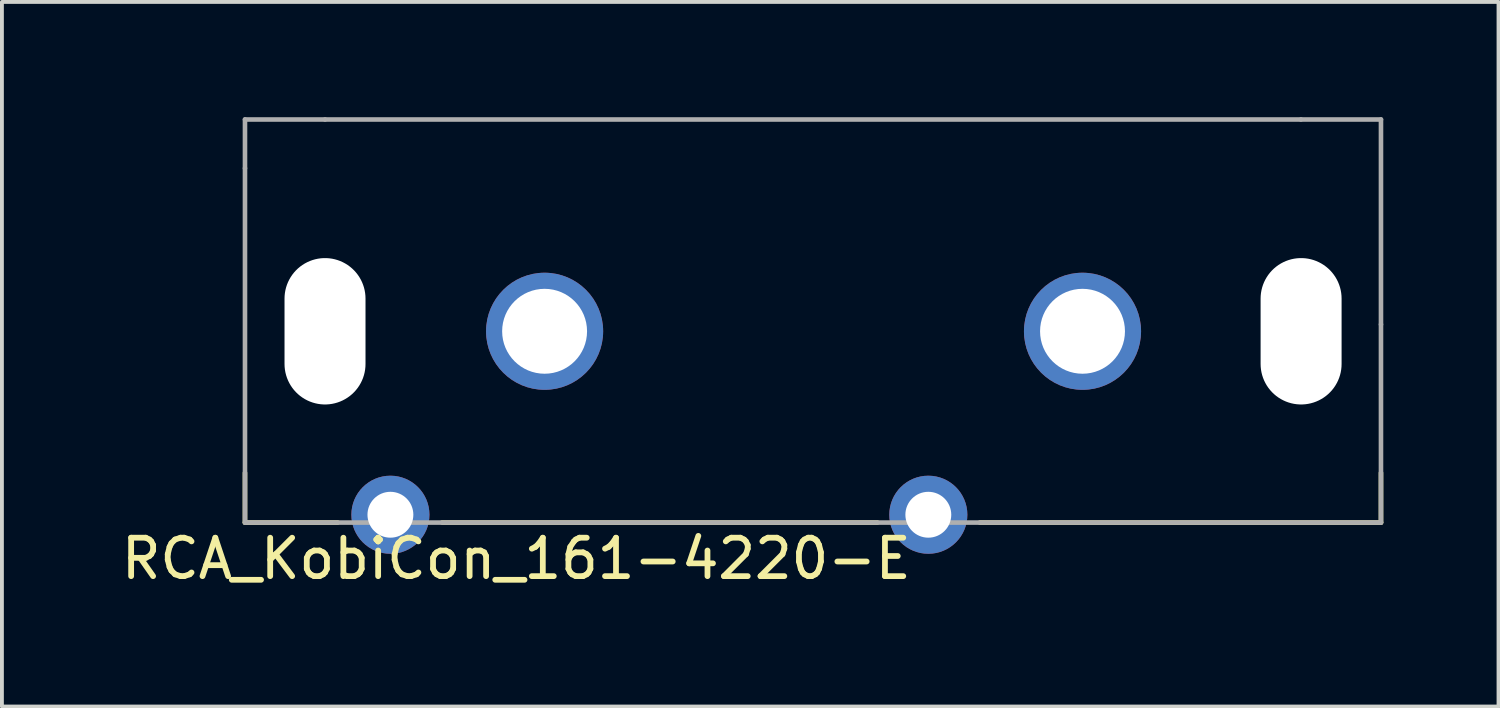
<source format=kicad_pcb>
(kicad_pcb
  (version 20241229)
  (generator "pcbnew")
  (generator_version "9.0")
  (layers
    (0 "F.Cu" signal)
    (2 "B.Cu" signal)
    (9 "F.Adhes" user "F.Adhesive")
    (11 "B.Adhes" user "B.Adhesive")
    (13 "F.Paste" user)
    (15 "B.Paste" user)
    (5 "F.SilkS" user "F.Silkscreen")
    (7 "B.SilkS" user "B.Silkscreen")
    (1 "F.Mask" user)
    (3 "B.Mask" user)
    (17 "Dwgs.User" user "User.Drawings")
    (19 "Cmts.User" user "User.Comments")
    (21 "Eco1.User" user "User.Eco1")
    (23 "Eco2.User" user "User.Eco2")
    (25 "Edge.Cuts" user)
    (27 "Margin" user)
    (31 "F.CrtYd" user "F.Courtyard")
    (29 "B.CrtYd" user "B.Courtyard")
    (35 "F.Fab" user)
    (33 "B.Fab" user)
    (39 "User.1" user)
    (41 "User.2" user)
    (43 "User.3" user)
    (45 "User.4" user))
  (footprint "RCA_KobiCon_161-4220-E"
    (layer "F.Cu")
    (at 17.042 3.413)
    (property "Reference" "RCA_KobiCon_161-4220-E" (at -6.655 8.077 0) (layer "F.SilkS") (effects (font (size 1 1) (thickness 0.15))))
    (attr through_hole)
    (fp_line (start -13.716 5.842) (end -13.716 7.137) (stroke (width 0.12) (type solid)) (layer "F.SilkS"))
    (fp_line (start -13.716 7.137) (end -11.303 7.137) (stroke (width 0.12) (type solid)) (layer "F.SilkS"))
    (fp_line (start -8.585 7.137) (end 2.743 7.137) (stroke (width 0.12) (type solid)) (layer "F.SilkS"))
    (fp_line (start 5.41 7.137) (end 15.85 7.137) (stroke (width 0.12) (type solid)) (layer "F.SilkS"))
    (fp_line (start 15.85 7.137) (end 15.85 5.842) (stroke (width 0.12) (type solid)) (layer "F.SilkS"))
    (fp_line (start -13.716 -3.353) (end -11.633 -3.353) (stroke (width 0.12) (type solid)) (layer "F.Fab"))
    (fp_line (start -13.716 -2.083) (end -13.716 -3.353) (stroke (width 0.12) (type solid)) (layer "F.Fab"))
    (fp_line (start -13.716 -2.083) (end -13.716 7.137) (stroke (width 0.12) (type solid)) (layer "F.Fab"))
    (fp_line (start -13.716 7.137) (end 15.85 7.137) (stroke (width 0.12) (type solid)) (layer "F.Fab"))
    (fp_line (start -11.633 -3.353) (end 13.767 -3.353) (stroke (width 0.12) (type solid)) (layer "F.Fab"))
    (fp_line (start 15.85 -3.353) (end 13.767 -3.353) (stroke (width 0.12) (type solid)) (layer "F.Fab"))
    (fp_line (start 15.85 1.981) (end 15.85 -3.353) (stroke (width 0.12) (type solid)) (layer "F.Fab"))
    (fp_line (start 15.85 7.137) (end 15.85 1.981) (stroke (width 0.12) (type solid)) (layer "F.Fab"))
    (pad "" np_thru_hole oval (at -11.633 2.159) (size 2.108 3.81) (drill oval 2.108 3.81) (layers "*.Cu" "*.Mask"))
    (pad "" np_thru_hole oval (at 13.771 2.159) (size 2.108 3.81) (drill oval 2.108 3.81) (layers "*.Cu" "*.Mask"))
    (pad "1" thru_hole circle (at -5.918 2.159) (size 3.048 3.048) (drill 2.21) (layers "*.Cu" "*.Mask"))
    (pad "2" thru_hole circle (at -9.931 6.934) (size 2.032 2.032) (drill 1.194) (layers "*.Cu" "*.Mask"))
    (pad "3" thru_hole circle (at 8.082 2.159) (size 3.048 3.048) (drill 2.21) (layers "*.Cu" "*.Mask"))
    (pad "4" thru_hole circle (at 4.069 6.934) (size 2.032 2.032) (drill 1.194) (layers "*.Cu" "*.Mask")))
  (gr_rect
    (start -3 -3)
    (end 35.951 15.338)
    (stroke (width 0.1) (type default))
    (fill no)
    (layer "Edge.Cuts")))
</source>
